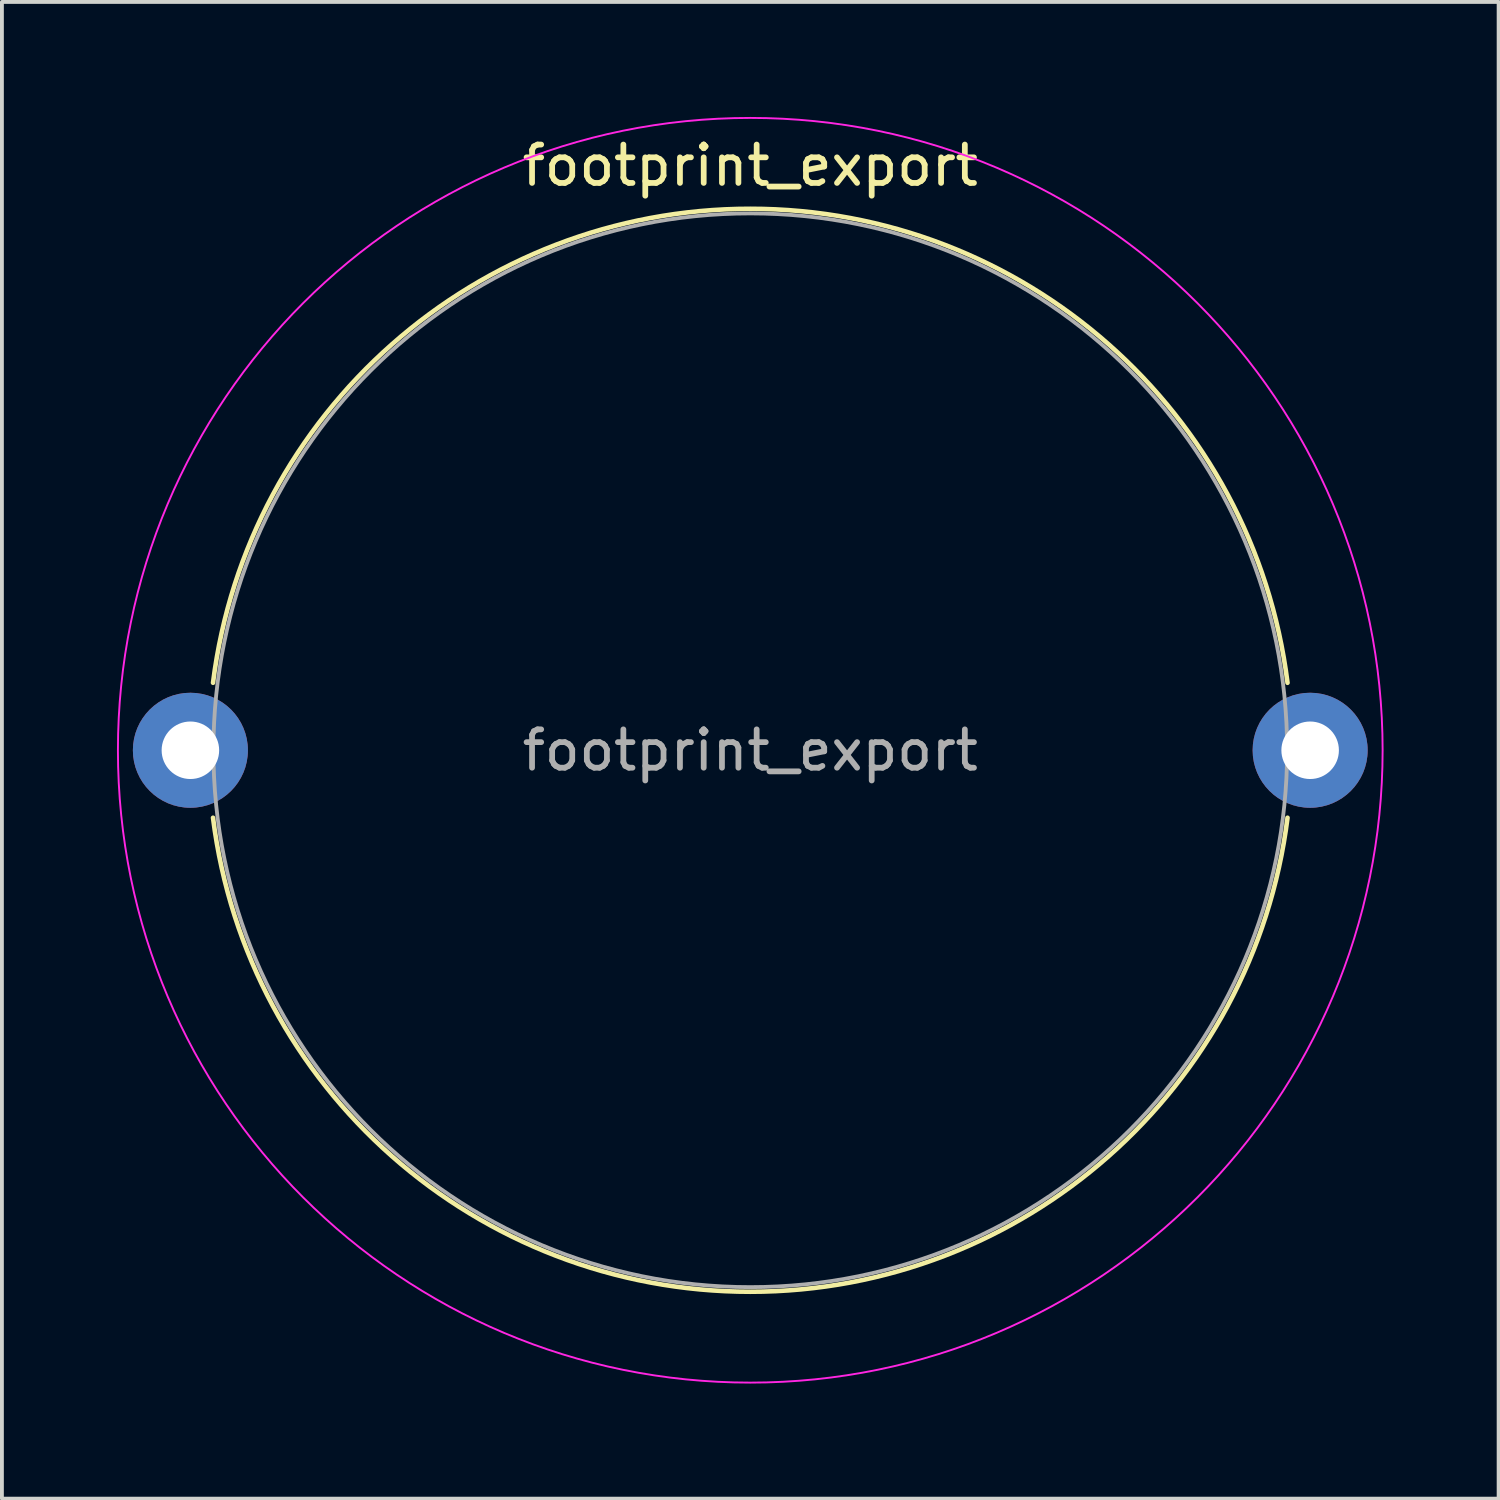
<source format=kicad_pcb>
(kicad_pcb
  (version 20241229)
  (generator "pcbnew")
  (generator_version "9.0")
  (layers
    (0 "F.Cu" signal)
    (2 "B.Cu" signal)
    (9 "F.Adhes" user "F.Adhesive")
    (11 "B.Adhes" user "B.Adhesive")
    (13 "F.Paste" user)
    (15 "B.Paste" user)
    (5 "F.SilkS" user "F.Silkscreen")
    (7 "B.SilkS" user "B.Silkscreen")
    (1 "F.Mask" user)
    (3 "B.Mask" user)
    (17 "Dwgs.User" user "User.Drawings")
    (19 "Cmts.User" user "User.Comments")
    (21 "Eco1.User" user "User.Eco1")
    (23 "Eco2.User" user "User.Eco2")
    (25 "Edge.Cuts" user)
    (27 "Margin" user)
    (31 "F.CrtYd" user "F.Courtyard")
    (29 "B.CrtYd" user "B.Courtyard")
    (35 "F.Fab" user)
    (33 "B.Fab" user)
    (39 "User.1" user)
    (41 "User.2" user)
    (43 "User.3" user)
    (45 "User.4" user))
  (footprint "footprint_export"
    (layer "F.Cu")
    (at 1.915 16.515)
    (property "Reference" "footprint_export" (at 14.6 -15.25 0) (layer "F.SilkS") (effects (font (size 1 1) (thickness 0.15))))
    (attr through_hole)
    (fp_arc (start 0.590118 -1.76) (mid 14.6 -14.12) (end 28.609882 -1.76) (stroke (width 0.12) (type solid)) (layer "F.SilkS"))
    (fp_arc (start 28.609882 1.76) (mid 14.6 14.12) (end 0.590118 1.76) (stroke (width 0.12) (type solid)) (layer "F.SilkS"))
    (fp_circle (center 14.6 0) (end 31.09 0) (stroke (width 0.05) (type solid)) (fill no) (layer "F.CrtYd"))
    (fp_circle (center 14.6 0) (end 28.6 0) (stroke (width 0.1) (type solid)) (fill no) (layer "F.Fab"))
    (fp_text user "${REFERENCE}" (at 14.6 0 0) (layer "F.Fab") (effects (font (size 1 1) (thickness 0.15))))
    (pad "1" thru_hole circle (at 0 0) (size 3 3) (drill 1.5) (layers "*.Cu" "*.Mask"))
    (pad "2" thru_hole circle (at 29.2 0) (size 3 3) (drill 1.5) (layers "*.Cu" "*.Mask")))
  (gr_rect
    (start -3 -3)
    (end 36.03 36.03)
    (stroke (width 0.1) (type default))
    (fill no)
    (layer "Edge.Cuts")))
</source>
